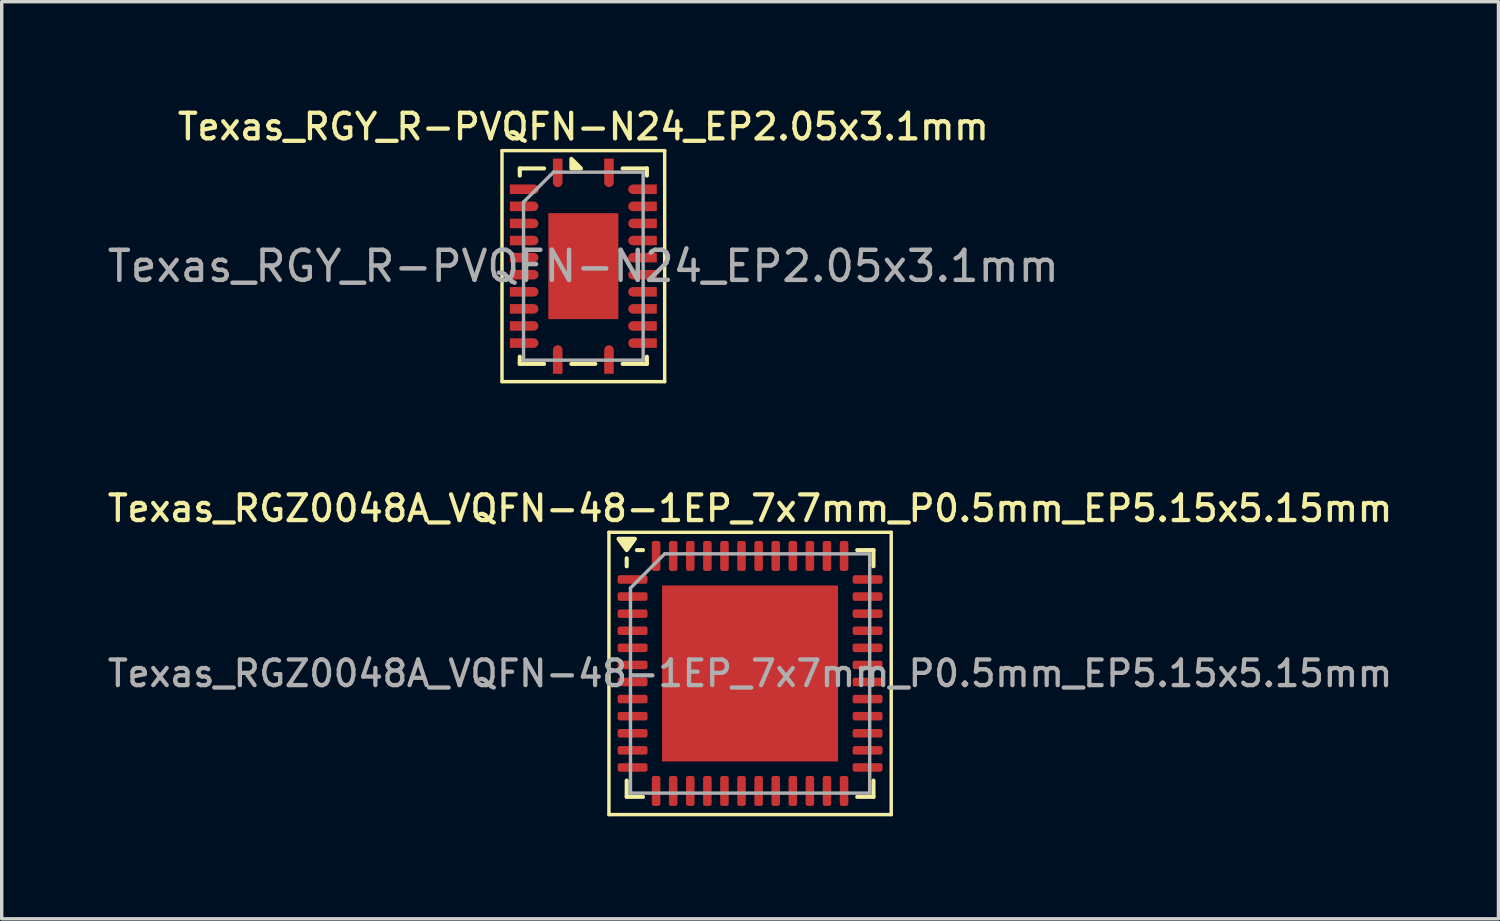
<source format=kicad_pcb>
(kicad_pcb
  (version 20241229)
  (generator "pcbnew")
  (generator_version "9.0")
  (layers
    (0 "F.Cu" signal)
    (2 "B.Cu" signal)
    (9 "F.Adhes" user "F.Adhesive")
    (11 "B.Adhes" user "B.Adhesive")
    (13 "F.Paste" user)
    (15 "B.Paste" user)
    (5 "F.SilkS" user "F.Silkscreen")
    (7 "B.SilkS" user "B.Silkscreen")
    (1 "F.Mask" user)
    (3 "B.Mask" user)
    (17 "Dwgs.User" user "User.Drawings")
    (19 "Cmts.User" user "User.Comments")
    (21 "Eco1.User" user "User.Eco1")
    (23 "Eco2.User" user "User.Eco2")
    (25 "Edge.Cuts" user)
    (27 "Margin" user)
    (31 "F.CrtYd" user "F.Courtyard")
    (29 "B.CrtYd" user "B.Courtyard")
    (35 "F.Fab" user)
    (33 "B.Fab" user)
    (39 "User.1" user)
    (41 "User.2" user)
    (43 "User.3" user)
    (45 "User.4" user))
  (footprint "Texas_RGY_R-PVQFN-N24_EP2.05x3.1mm"
    (layer "F.Cu")
    (at 14.019 4.738)
    (property "Reference" "Texas_RGY_R-PVQFN-N24_EP2.05x3.1mm" (at 0 -4.08 0) (layer "F.SilkS") (effects (font (size 0.75 0.75) (thickness 0.125))))
    (attr smd)
    (fp_line (start -2.38 -3.38) (end -2.38 3.38) (stroke (width 0.1) (type solid)) (layer "F.SilkS"))
    (fp_line (start -2.38 3.38) (end 2.38 3.38) (stroke (width 0.1) (type solid)) (layer "F.SilkS"))
    (fp_line (start -1.86 -2.86) (end -1.86 -2.65) (stroke (width 0.12) (type solid)) (layer "F.SilkS"))
    (fp_line (start -1.86 2.86) (end -1.86 2.65) (stroke (width 0.12) (type solid)) (layer "F.SilkS"))
    (fp_line (start -1.15 -2.86) (end -1.86 -2.86) (stroke (width 0.12) (type solid)) (layer "F.SilkS"))
    (fp_line (start -1.15 2.86) (end -1.86 2.86) (stroke (width 0.12) (type solid)) (layer "F.SilkS"))
    (fp_line (start 0.35 2.86) (end -0.35 2.86) (stroke (width 0.12) (type solid)) (layer "F.SilkS"))
    (fp_line (start 1.15 -2.86) (end 1.86 -2.86) (stroke (width 0.12) (type solid)) (layer "F.SilkS"))
    (fp_line (start 1.15 2.86) (end 1.86 2.86) (stroke (width 0.12) (type solid)) (layer "F.SilkS"))
    (fp_line (start 1.86 -2.65) (end 1.86 -2.86) (stroke (width 0.12) (type solid)) (layer "F.SilkS"))
    (fp_line (start 1.86 2.86) (end 1.86 2.65) (stroke (width 0.12) (type solid)) (layer "F.SilkS"))
    (fp_line (start 2.38 -3.38) (end -2.38 -3.38) (stroke (width 0.1) (type solid)) (layer "F.SilkS"))
    (fp_line (start 2.38 3.38) (end 2.38 -3.38) (stroke (width 0.1) (type solid)) (layer "F.SilkS"))
    (fp_poly (pts (xy -0.35 -2.86) (xy -0.35 -3.14) (xy -0.07 -2.86) (xy -0.35 -2.86)) (stroke (width 0.12) (type solid)) (fill yes) (layer "F.SilkS"))
    (fp_line (start -1.75 -1.875) (end -0.875 -2.75) (stroke (width 0.1) (type solid)) (layer "F.Fab"))
    (fp_line (start -1.75 2.75) (end -1.75 -1.875) (stroke (width 0.1) (type solid)) (layer "F.Fab"))
    (fp_line (start -0.875 -2.75) (end 1.75 -2.75) (stroke (width 0.1) (type solid)) (layer "F.Fab"))
    (fp_line (start 1.75 -2.75) (end 1.75 2.75) (stroke (width 0.1) (type solid)) (layer "F.Fab"))
    (fp_line (start 1.75 2.75) (end -1.75 2.75) (stroke (width 0.1) (type solid)) (layer "F.Fab"))
    (fp_text user "${REFERENCE}" (at 0 0 0) (layer "F.Fab") (effects (font (size 0.88 0.88) (thickness 0.13))))
    (pad "" smd rect (at -0.56 -0.81) (size 0.82 1.32) (layers "F.Paste"))
    (pad "" smd rect (at -0.56 0.81) (size 0.82 1.32) (layers "F.Paste"))
    (pad "" smd rect (at 0.56 -0.81) (size 0.82 1.32) (layers "F.Paste"))
    (pad "" smd rect (at 0.56 0.81) (size 0.82 1.32) (layers "F.Paste"))
    (pad "1" smd custom (at -0.75 -2.795) (size 0.28 0.71) (layers "F.Cu" "F.Mask" "F.Paste") (options (anchor rect)) (primitives (gr_circle (center 0 0.343) (end 0.14 0.343) (width 0) (fill yes))))
    (pad "2" smd custom (at -1.795 -2.25) (size 0.71 0.28) (layers "F.Cu" "F.Mask" "F.Paste") (options (anchor rect)) (primitives (gr_circle (center 0.355 0) (end 0.495 0) (width 0) (fill yes))))
    (pad "3" smd custom (at -1.795 -1.75) (size 0.71 0.28) (layers "F.Cu" "F.Mask" "F.Paste") (options (anchor rect)) (primitives (gr_circle (center 0.343 0) (end 0.482 0) (width 0) (fill yes))))
    (pad "4" smd custom (at -1.795 -1.25) (size 0.71 0.28) (layers "F.Cu" "F.Mask" "F.Paste") (options (anchor rect)) (primitives (gr_circle (center 0.343 0) (end 0.482 0) (width 0) (fill yes))))
    (pad "5" smd custom (at -1.795 -0.75) (size 0.71 0.28) (layers "F.Cu" "F.Mask" "F.Paste") (options (anchor rect)) (primitives (gr_circle (center 0.343 0) (end 0.482 0) (width 0) (fill yes))))
    (pad "6" smd custom (at -1.795 -0.25) (size 0.71 0.28) (layers "F.Cu" "F.Mask" "F.Paste") (options (anchor rect)) (primitives (gr_circle (center 0.343 0) (end 0.482 0) (width 0) (fill yes))))
    (pad "7" smd custom (at -1.795 0.25) (size 0.71 0.28) (layers "F.Cu" "F.Mask" "F.Paste") (options (anchor rect)) (primitives (gr_circle (center 0.343 0) (end 0.482 0) (width 0) (fill yes))))
    (pad "8" smd custom (at -1.795 0.75) (size 0.71 0.28) (layers "F.Cu" "F.Mask" "F.Paste") (options (anchor rect)) (primitives (gr_circle (center 0.343 0) (end 0.482 0) (width 0) (fill yes))))
    (pad "9" smd custom (at -1.795 1.25) (size 0.71 0.28) (layers "F.Cu" "F.Mask" "F.Paste") (options (anchor rect)) (primitives (gr_circle (center 0.343 0) (end 0.482 0) (width 0) (fill yes))))
    (pad "10" smd custom (at -1.795 1.75) (size 0.71 0.28) (layers "F.Cu" "F.Mask" "F.Paste") (options (anchor rect)) (primitives (gr_circle (center 0.343 0) (end 0.482 0) (width 0) (fill yes))))
    (pad "11" smd custom (at -1.795 2.25) (size 0.71 0.28) (layers "F.Cu" "F.Mask" "F.Paste") (options (anchor rect)) (primitives (gr_circle (center 0.343 0) (end 0.482 0) (width 0) (fill yes))))
    (pad "12" smd custom (at -0.75 2.795) (size 0.28 0.71) (layers "F.Cu" "F.Mask" "F.Paste") (options (anchor rect)) (primitives (gr_circle (center 0 -0.343) (end 0.14 -0.343) (width 0) (fill yes))))
    (pad "13" smd custom (at 0.75 2.795) (size 0.28 0.71) (layers "F.Cu" "F.Mask" "F.Paste") (options (anchor rect)) (primitives (gr_circle (center 0 -0.343) (end 0.14 -0.343) (width 0) (fill yes))))
    (pad "14" smd custom (at 1.795 2.25) (size 0.71 0.28) (layers "F.Cu" "F.Mask" "F.Paste") (options (anchor rect)) (primitives (gr_circle (center -0.343 0) (end -0.203 0) (width 0) (fill yes))))
    (pad "15" smd custom (at 1.795 1.75) (size 0.71 0.28) (layers "F.Cu" "F.Mask" "F.Paste") (options (anchor rect)) (primitives (gr_circle (center -0.343 0) (end -0.203 0) (width 0) (fill yes))))
    (pad "16" smd custom (at 1.795 1.25) (size 0.71 0.28) (layers "F.Cu" "F.Mask" "F.Paste") (options (anchor rect)) (primitives (gr_circle (center -0.343 0) (end -0.203 0) (width 0) (fill yes))))
    (pad "17" smd custom (at 1.795 0.75) (size 0.71 0.28) (layers "F.Cu" "F.Mask" "F.Paste") (options (anchor rect)) (primitives (gr_circle (center -0.343 0) (end -0.203 0) (width 0) (fill yes))))
    (pad "18" smd custom (at 1.795 0.25) (size 0.71 0.28) (layers "F.Cu" "F.Mask" "F.Paste") (options (anchor rect)) (primitives (gr_circle (center -0.343 0) (end -0.203 0) (width 0) (fill yes))))
    (pad "19" smd custom (at 1.795 -0.25) (size 0.71 0.28) (layers "F.Cu" "F.Mask" "F.Paste") (options (anchor rect)) (primitives (gr_circle (center -0.343 0) (end -0.203 0) (width 0) (fill yes))))
    (pad "20" smd custom (at 1.795 -0.75) (size 0.71 0.28) (layers "F.Cu" "F.Mask" "F.Paste") (options (anchor rect)) (primitives (gr_circle (center -0.343 0) (end -0.203 0) (width 0) (fill yes))))
    (pad "21" smd custom (at 1.795 -1.25) (size 0.71 0.28) (layers "F.Cu" "F.Mask" "F.Paste") (options (anchor rect)) (primitives (gr_circle (center -0.343 0) (end -0.203 0) (width 0) (fill yes))))
    (pad "22" smd custom (at 1.795 -1.75) (size 0.71 0.28) (layers "F.Cu" "F.Mask" "F.Paste") (options (anchor rect)) (primitives (gr_circle (center -0.343 0) (end -0.203 0) (width 0) (fill yes))))
    (pad "23" smd custom (at 1.795 -2.25) (size 0.71 0.28) (layers "F.Cu" "F.Mask" "F.Paste") (options (anchor rect)) (primitives (gr_circle (center -0.343 0) (end -0.203 0) (width 0) (fill yes))))
    (pad "24" smd custom (at 0.75 -2.795) (size 0.28 0.71) (layers "F.Cu" "F.Mask" "F.Paste") (options (anchor rect)) (primitives (gr_circle (center 0 0.343) (end 0.14 0.343) (width 0) (fill yes))))
    (pad "25" smd rect (at 0 0) (size 2.05 3.1) (layers "F.Cu" "F.Mask")))
  (footprint "Texas_RGZ0048A_VQFN-48-1EP_7x7mm_P0.5mm_EP5.15x5.15mm"
    (layer "F.Cu")
    (at 18.898 16.656)
    (property "Reference" "Texas_RGZ0048A_VQFN-48-1EP_7x7mm_P0.5mm_EP5.15x5.15mm" (at 0 -4.83 0) (layer "F.SilkS") (effects (font (size 0.75 0.75) (thickness 0.125))))
    (attr smd)
    (fp_line (start -4.13 -4.13) (end -4.13 4.13) (stroke (width 0.1) (type solid)) (layer "F.SilkS"))
    (fp_line (start -4.13 4.13) (end 4.13 4.13) (stroke (width 0.1) (type solid)) (layer "F.SilkS"))
    (fp_line (start -3.61 -3.135) (end -3.61 -3.37) (stroke (width 0.12) (type solid)) (layer "F.SilkS"))
    (fp_line (start -3.61 3.61) (end -3.61 3.135) (stroke (width 0.12) (type solid)) (layer "F.SilkS"))
    (fp_line (start -3.135 -3.61) (end -3.31 -3.61) (stroke (width 0.12) (type solid)) (layer "F.SilkS"))
    (fp_line (start -3.135 3.61) (end -3.61 3.61) (stroke (width 0.12) (type solid)) (layer "F.SilkS"))
    (fp_line (start 3.135 -3.61) (end 3.61 -3.61) (stroke (width 0.12) (type solid)) (layer "F.SilkS"))
    (fp_line (start 3.135 3.61) (end 3.61 3.61) (stroke (width 0.12) (type solid)) (layer "F.SilkS"))
    (fp_line (start 3.61 -3.61) (end 3.61 -3.135) (stroke (width 0.12) (type solid)) (layer "F.SilkS"))
    (fp_line (start 3.61 3.61) (end 3.61 3.135) (stroke (width 0.12) (type solid)) (layer "F.SilkS"))
    (fp_line (start 4.13 -4.13) (end -4.13 -4.13) (stroke (width 0.1) (type solid)) (layer "F.SilkS"))
    (fp_line (start 4.13 4.13) (end 4.13 -4.13) (stroke (width 0.1) (type solid)) (layer "F.SilkS"))
    (fp_poly (pts (xy -3.61 -3.61) (xy -3.85 -3.94) (xy -3.37 -3.94) (xy -3.61 -3.61)) (stroke (width 0.12) (type solid)) (fill yes) (layer "F.SilkS"))
    (fp_line (start -3.5 -2.5) (end -2.5 -3.5) (stroke (width 0.1) (type solid)) (layer "F.Fab"))
    (fp_line (start -3.5 3.5) (end -3.5 -2.5) (stroke (width 0.1) (type solid)) (layer "F.Fab"))
    (fp_line (start -2.5 -3.5) (end 3.5 -3.5) (stroke (width 0.1) (type solid)) (layer "F.Fab"))
    (fp_line (start 3.5 -3.5) (end 3.5 3.5) (stroke (width 0.1) (type solid)) (layer "F.Fab"))
    (fp_line (start 3.5 3.5) (end -3.5 3.5) (stroke (width 0.1) (type solid)) (layer "F.Fab"))
    (fp_text user "${REFERENCE}" (at 0 0 0) (layer "F.Fab") (effects (font (size 0.75 0.75) (thickness 0.125))))
    (pad "" smd roundrect (at -1.935 -1.935) (size 1.04 1.04) (layers "F.Paste") (roundrect_rratio 0.24))
    (pad "" smd roundrect (at -1.935 -0.645) (size 1.04 1.04) (layers "F.Paste") (roundrect_rratio 0.24))
    (pad "" smd roundrect (at -1.935 0.645) (size 1.04 1.04) (layers "F.Paste") (roundrect_rratio 0.24))
    (pad "" smd roundrect (at -1.935 1.935) (size 1.04 1.04) (layers "F.Paste") (roundrect_rratio 0.24))
    (pad "" smd roundrect (at -0.645 -1.935) (size 1.04 1.04) (layers "F.Paste") (roundrect_rratio 0.24))
    (pad "" smd roundrect (at -0.645 -0.645) (size 1.04 1.04) (layers "F.Paste") (roundrect_rratio 0.24))
    (pad "" smd roundrect (at -0.645 0.645) (size 1.04 1.04) (layers "F.Paste") (roundrect_rratio 0.24))
    (pad "" smd roundrect (at -0.645 1.935) (size 1.04 1.04) (layers "F.Paste") (roundrect_rratio 0.24))
    (pad "" smd roundrect (at 0.645 -1.935) (size 1.04 1.04) (layers "F.Paste") (roundrect_rratio 0.24))
    (pad "" smd roundrect (at 0.645 -0.645) (size 1.04 1.04) (layers "F.Paste") (roundrect_rratio 0.24))
    (pad "" smd roundrect (at 0.645 0.645) (size 1.04 1.04) (layers "F.Paste") (roundrect_rratio 0.24))
    (pad "" smd roundrect (at 0.645 1.935) (size 1.04 1.04) (layers "F.Paste") (roundrect_rratio 0.24))
    (pad "" smd roundrect (at 1.935 -1.935) (size 1.04 1.04) (layers "F.Paste") (roundrect_rratio 0.24))
    (pad "" smd roundrect (at 1.935 -0.645) (size 1.04 1.04) (layers "F.Paste") (roundrect_rratio 0.24))
    (pad "" smd roundrect (at 1.935 0.645) (size 1.04 1.04) (layers "F.Paste") (roundrect_rratio 0.24))
    (pad "" smd roundrect (at 1.935 1.935) (size 1.04 1.04) (layers "F.Paste") (roundrect_rratio 0.24))
    (pad "1" smd roundrect (at -3.438 -2.75) (size 0.875 0.25) (layers "F.Cu" "F.Mask" "F.Paste") (roundrect_rratio 0.25))
    (pad "2" smd roundrect (at -3.438 -2.25) (size 0.875 0.25) (layers "F.Cu" "F.Mask" "F.Paste") (roundrect_rratio 0.25))
    (pad "3" smd roundrect (at -3.438 -1.75) (size 0.875 0.25) (layers "F.Cu" "F.Mask" "F.Paste") (roundrect_rratio 0.25))
    (pad "4" smd roundrect (at -3.438 -1.25) (size 0.875 0.25) (layers "F.Cu" "F.Mask" "F.Paste") (roundrect_rratio 0.25))
    (pad "5" smd roundrect (at -3.438 -0.75) (size 0.875 0.25) (layers "F.Cu" "F.Mask" "F.Paste") (roundrect_rratio 0.25))
    (pad "6" smd roundrect (at -3.438 -0.25) (size 0.875 0.25) (layers "F.Cu" "F.Mask" "F.Paste") (roundrect_rratio 0.25))
    (pad "7" smd roundrect (at -3.438 0.25) (size 0.875 0.25) (layers "F.Cu" "F.Mask" "F.Paste") (roundrect_rratio 0.25))
    (pad "8" smd roundrect (at -3.438 0.75) (size 0.875 0.25) (layers "F.Cu" "F.Mask" "F.Paste") (roundrect_rratio 0.25))
    (pad "9" smd roundrect (at -3.438 1.25) (size 0.875 0.25) (layers "F.Cu" "F.Mask" "F.Paste") (roundrect_rratio 0.25))
    (pad "10" smd roundrect (at -3.438 1.75) (size 0.875 0.25) (layers "F.Cu" "F.Mask" "F.Paste") (roundrect_rratio 0.25))
    (pad "11" smd roundrect (at -3.438 2.25) (size 0.875 0.25) (layers "F.Cu" "F.Mask" "F.Paste") (roundrect_rratio 0.25))
    (pad "12" smd roundrect (at -3.438 2.75) (size 0.875 0.25) (layers "F.Cu" "F.Mask" "F.Paste") (roundrect_rratio 0.25))
    (pad "13" smd roundrect (at -2.75 3.438) (size 0.25 0.875) (layers "F.Cu" "F.Mask" "F.Paste") (roundrect_rratio 0.25))
    (pad "14" smd roundrect (at -2.25 3.438) (size 0.25 0.875) (layers "F.Cu" "F.Mask" "F.Paste") (roundrect_rratio 0.25))
    (pad "15" smd roundrect (at -1.75 3.438) (size 0.25 0.875) (layers "F.Cu" "F.Mask" "F.Paste") (roundrect_rratio 0.25))
    (pad "16" smd roundrect (at -1.25 3.438) (size 0.25 0.875) (layers "F.Cu" "F.Mask" "F.Paste") (roundrect_rratio 0.25))
    (pad "17" smd roundrect (at -0.75 3.438) (size 0.25 0.875) (layers "F.Cu" "F.Mask" "F.Paste") (roundrect_rratio 0.25))
    (pad "18" smd roundrect (at -0.25 3.438) (size 0.25 0.875) (layers "F.Cu" "F.Mask" "F.Paste") (roundrect_rratio 0.25))
    (pad "19" smd roundrect (at 0.25 3.438) (size 0.25 0.875) (layers "F.Cu" "F.Mask" "F.Paste") (roundrect_rratio 0.25))
    (pad "20" smd roundrect (at 0.75 3.438) (size 0.25 0.875) (layers "F.Cu" "F.Mask" "F.Paste") (roundrect_rratio 0.25))
    (pad "21" smd roundrect (at 1.25 3.438) (size 0.25 0.875) (layers "F.Cu" "F.Mask" "F.Paste") (roundrect_rratio 0.25))
    (pad "22" smd roundrect (at 1.75 3.438) (size 0.25 0.875) (layers "F.Cu" "F.Mask" "F.Paste") (roundrect_rratio 0.25))
    (pad "23" smd roundrect (at 2.25 3.438) (size 0.25 0.875) (layers "F.Cu" "F.Mask" "F.Paste") (roundrect_rratio 0.25))
    (pad "24" smd roundrect (at 2.75 3.438) (size 0.25 0.875) (layers "F.Cu" "F.Mask" "F.Paste") (roundrect_rratio 0.25))
    (pad "25" smd roundrect (at 3.438 2.75) (size 0.875 0.25) (layers "F.Cu" "F.Mask" "F.Paste") (roundrect_rratio 0.25))
    (pad "26" smd roundrect (at 3.438 2.25) (size 0.875 0.25) (layers "F.Cu" "F.Mask" "F.Paste") (roundrect_rratio 0.25))
    (pad "27" smd roundrect (at 3.438 1.75) (size 0.875 0.25) (layers "F.Cu" "F.Mask" "F.Paste") (roundrect_rratio 0.25))
    (pad "28" smd roundrect (at 3.438 1.25) (size 0.875 0.25) (layers "F.Cu" "F.Mask" "F.Paste") (roundrect_rratio 0.25))
    (pad "29" smd roundrect (at 3.438 0.75) (size 0.875 0.25) (layers "F.Cu" "F.Mask" "F.Paste") (roundrect_rratio 0.25))
    (pad "30" smd roundrect (at 3.438 0.25) (size 0.875 0.25) (layers "F.Cu" "F.Mask" "F.Paste") (roundrect_rratio 0.25))
    (pad "31" smd roundrect (at 3.438 -0.25) (size 0.875 0.25) (layers "F.Cu" "F.Mask" "F.Paste") (roundrect_rratio 0.25))
    (pad "32" smd roundrect (at 3.438 -0.75) (size 0.875 0.25) (layers "F.Cu" "F.Mask" "F.Paste") (roundrect_rratio 0.25))
    (pad "33" smd roundrect (at 3.438 -1.25) (size 0.875 0.25) (layers "F.Cu" "F.Mask" "F.Paste") (roundrect_rratio 0.25))
    (pad "34" smd roundrect (at 3.438 -1.75) (size 0.875 0.25) (layers "F.Cu" "F.Mask" "F.Paste") (roundrect_rratio 0.25))
    (pad "35" smd roundrect (at 3.438 -2.25) (size 0.875 0.25) (layers "F.Cu" "F.Mask" "F.Paste") (roundrect_rratio 0.25))
    (pad "36" smd roundrect (at 3.438 -2.75) (size 0.875 0.25) (layers "F.Cu" "F.Mask" "F.Paste") (roundrect_rratio 0.25))
    (pad "37" smd roundrect (at 2.75 -3.438) (size 0.25 0.875) (layers "F.Cu" "F.Mask" "F.Paste") (roundrect_rratio 0.25))
    (pad "38" smd roundrect (at 2.25 -3.438) (size 0.25 0.875) (layers "F.Cu" "F.Mask" "F.Paste") (roundrect_rratio 0.25))
    (pad "39" smd roundrect (at 1.75 -3.438) (size 0.25 0.875) (layers "F.Cu" "F.Mask" "F.Paste") (roundrect_rratio 0.25))
    (pad "40" smd roundrect (at 1.25 -3.438) (size 0.25 0.875) (layers "F.Cu" "F.Mask" "F.Paste") (roundrect_rratio 0.25))
    (pad "41" smd roundrect (at 0.75 -3.438) (size 0.25 0.875) (layers "F.Cu" "F.Mask" "F.Paste") (roundrect_rratio 0.25))
    (pad "42" smd roundrect (at 0.25 -3.438) (size 0.25 0.875) (layers "F.Cu" "F.Mask" "F.Paste") (roundrect_rratio 0.25))
    (pad "43" smd roundrect (at -0.25 -3.438) (size 0.25 0.875) (layers "F.Cu" "F.Mask" "F.Paste") (roundrect_rratio 0.25))
    (pad "44" smd roundrect (at -0.75 -3.438) (size 0.25 0.875) (layers "F.Cu" "F.Mask" "F.Paste") (roundrect_rratio 0.25))
    (pad "45" smd roundrect (at -1.25 -3.438) (size 0.25 0.875) (layers "F.Cu" "F.Mask" "F.Paste") (roundrect_rratio 0.25))
    (pad "46" smd roundrect (at -1.75 -3.438) (size 0.25 0.875) (layers "F.Cu" "F.Mask" "F.Paste") (roundrect_rratio 0.25))
    (pad "47" smd roundrect (at -2.25 -3.438) (size 0.25 0.875) (layers "F.Cu" "F.Mask" "F.Paste") (roundrect_rratio 0.25))
    (pad "48" smd roundrect (at -2.75 -3.438) (size 0.25 0.875) (layers "F.Cu" "F.Mask" "F.Paste") (roundrect_rratio 0.25))
    (pad "49" smd rect (at 0 0) (size 5.15 5.15) (property pad_prop_heatsink) (layers "F.Cu" "F.Mask")))
  (gr_rect
    (start -3 -3)
    (end 40.796 23.836)
    (stroke (width 0.1) (type default))
    (fill no)
    (layer "Edge.Cuts")))
</source>
